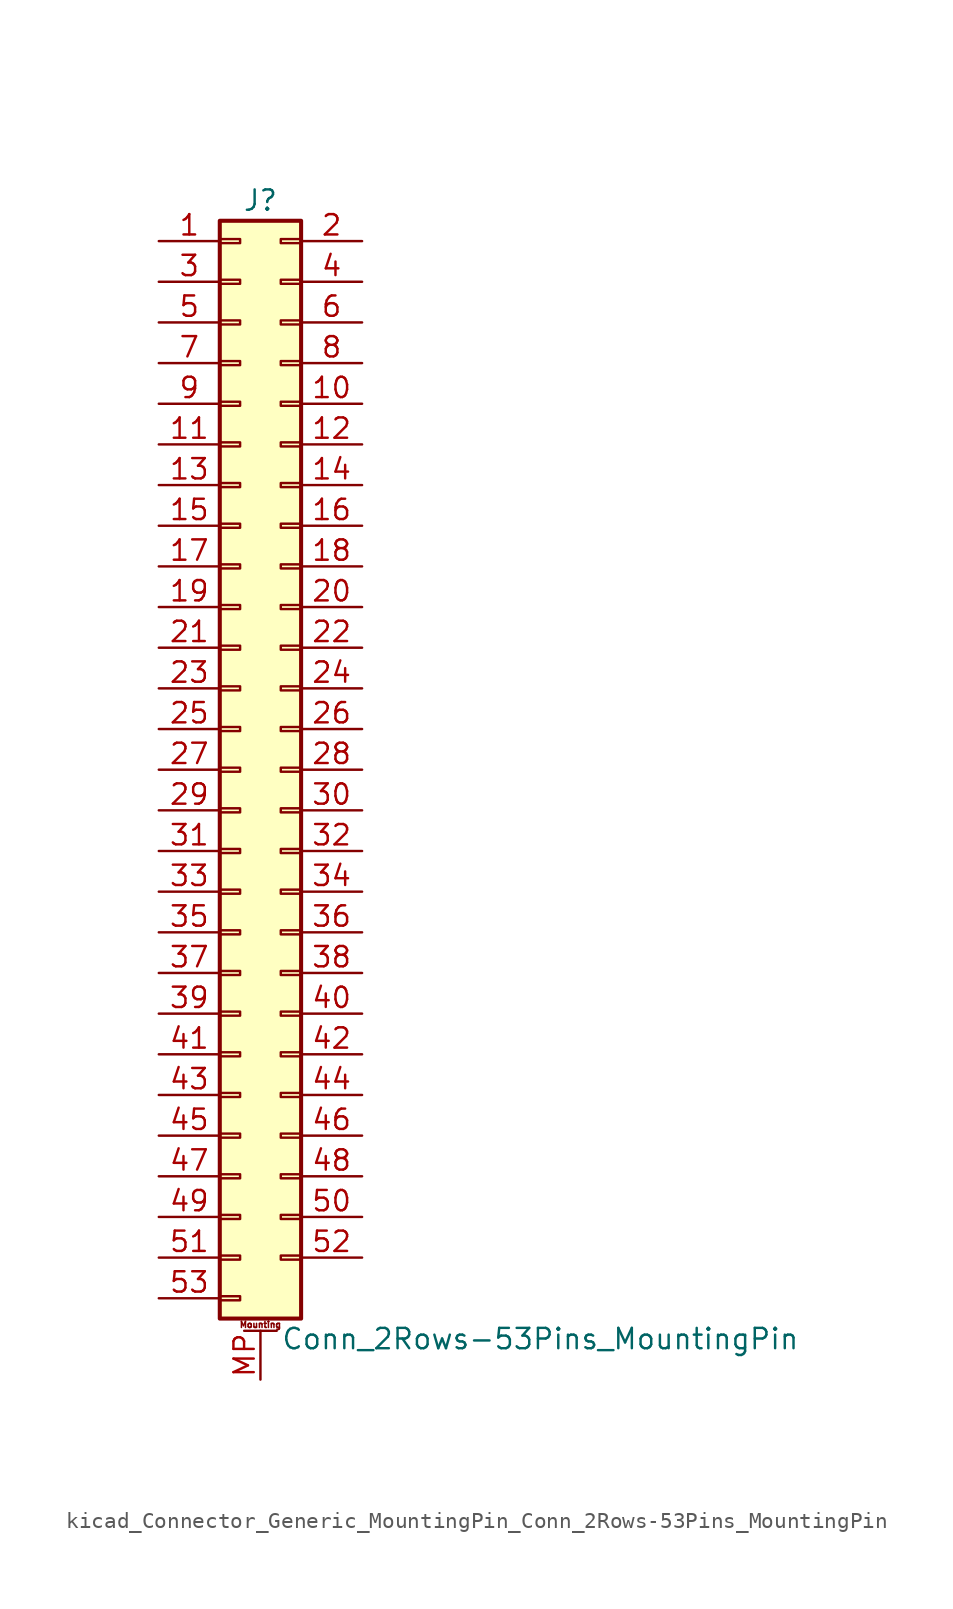
<source format=kicad_sym>
(kicad_symbol_lib
  (version 20220914)
  (generator kicad_symbol_editor)
  (symbol "kicad_Connector_Generic_MountingPin_Conn_2Rows-53Pins_MountingPin"
    (pin_names
      (offset 1.016) hide)
    (property "Reference" "J"
      (at 1.27 35.56 0)
      (effects (font (size 1.27 1.27))))
    (property "Value" "Conn_2Rows-53Pins_MountingPin"
      (at 2.54 -35.56 0)
      (effects (font (size 1.27 1.27)) (justify left)))
    (symbol "kicad_Connector_Generic_MountingPin_Conn_2Rows-53Pins_MountingPin_1_1"
      (rectangle (start -1.27 -32.893) (end 0 -33.147) (stroke (width 0.152) (type default)) (fill (type none)))
      (rectangle (start -1.27 -30.353) (end 0 -30.607) (stroke (width 0.152) (type default)) (fill (type none)))
      (rectangle (start -1.27 -27.813) (end 0 -28.067) (stroke (width 0.152) (type default)) (fill (type none)))
      (rectangle (start -1.27 -25.273) (end 0 -25.527) (stroke (width 0.152) (type default)) (fill (type none)))
      (rectangle (start -1.27 -22.733) (end 0 -22.987) (stroke (width 0.152) (type default)) (fill (type none)))
      (rectangle (start -1.27 -20.193) (end 0 -20.447) (stroke (width 0.152) (type default)) (fill (type none)))
      (rectangle (start -1.27 -17.653) (end 0 -17.907) (stroke (width 0.152) (type default)) (fill (type none)))
      (rectangle (start -1.27 -15.113) (end 0 -15.367) (stroke (width 0.152) (type default)) (fill (type none)))
      (rectangle (start -1.27 -12.573) (end 0 -12.827) (stroke (width 0.152) (type default)) (fill (type none)))
      (rectangle (start -1.27 -10.033) (end 0 -10.287) (stroke (width 0.152) (type default)) (fill (type none)))
      (rectangle (start -1.27 -7.493) (end 0 -7.747) (stroke (width 0.152) (type default)) (fill (type none)))
      (rectangle (start -1.27 -4.953) (end 0 -5.207) (stroke (width 0.152) (type default)) (fill (type none)))
      (rectangle (start -1.27 -2.413) (end 0 -2.667) (stroke (width 0.152) (type default)) (fill (type none)))
      (rectangle (start -1.27 0.127) (end 0 -0.127) (stroke (width 0.152) (type default)) (fill (type none)))
      (rectangle (start -1.27 2.667) (end 0 2.413) (stroke (width 0.152) (type default)) (fill (type none)))
      (rectangle (start -1.27 5.207) (end 0 4.953) (stroke (width 0.152) (type default)) (fill (type none)))
      (rectangle (start -1.27 7.747) (end 0 7.493) (stroke (width 0.152) (type default)) (fill (type none)))
      (rectangle (start -1.27 10.287) (end 0 10.033) (stroke (width 0.152) (type default)) (fill (type none)))
      (rectangle (start -1.27 12.827) (end 0 12.573) (stroke (width 0.152) (type default)) (fill (type none)))
      (rectangle (start -1.27 15.367) (end 0 15.113) (stroke (width 0.152) (type default)) (fill (type none)))
      (rectangle (start -1.27 17.907) (end 0 17.653) (stroke (width 0.152) (type default)) (fill (type none)))
      (rectangle (start -1.27 20.447) (end 0 20.193) (stroke (width 0.152) (type default)) (fill (type none)))
      (rectangle (start -1.27 22.987) (end 0 22.733) (stroke (width 0.152) (type default)) (fill (type none)))
      (rectangle (start -1.27 25.527) (end 0 25.273) (stroke (width 0.152) (type default)) (fill (type none)))
      (rectangle (start -1.27 28.067) (end 0 27.813) (stroke (width 0.152) (type default)) (fill (type none)))
      (rectangle (start -1.27 30.607) (end 0 30.353) (stroke (width 0.152) (type default)) (fill (type none)))
      (rectangle (start -1.27 33.147) (end 0 32.893) (stroke (width 0.152) (type default)) (fill (type none)))
      (rectangle (start -1.27 34.29) (end 3.81 -34.29) (stroke (width 0.254) (type default)) (fill (type background)))
      (polyline (pts (xy 0.254 -35.052) (xy 2.286 -35.052)) (stroke (width 0.152) (type default)) (fill (type none)))
      (rectangle (start 3.81 -30.353) (end 2.54 -30.607) (stroke (width 0.152) (type default)) (fill (type none)))
      (rectangle (start 3.81 -27.813) (end 2.54 -28.067) (stroke (width 0.152) (type default)) (fill (type none)))
      (rectangle (start 3.81 -25.273) (end 2.54 -25.527) (stroke (width 0.152) (type default)) (fill (type none)))
      (rectangle (start 3.81 -22.733) (end 2.54 -22.987) (stroke (width 0.152) (type default)) (fill (type none)))
      (rectangle (start 3.81 -20.193) (end 2.54 -20.447) (stroke (width 0.152) (type default)) (fill (type none)))
      (rectangle (start 3.81 -17.653) (end 2.54 -17.907) (stroke (width 0.152) (type default)) (fill (type none)))
      (rectangle (start 3.81 -15.113) (end 2.54 -15.367) (stroke (width 0.152) (type default)) (fill (type none)))
      (rectangle (start 3.81 -12.573) (end 2.54 -12.827) (stroke (width 0.152) (type default)) (fill (type none)))
      (rectangle (start 3.81 -10.033) (end 2.54 -10.287) (stroke (width 0.152) (type default)) (fill (type none)))
      (rectangle (start 3.81 -7.493) (end 2.54 -7.747) (stroke (width 0.152) (type default)) (fill (type none)))
      (rectangle (start 3.81 -4.953) (end 2.54 -5.207) (stroke (width 0.152) (type default)) (fill (type none)))
      (rectangle (start 3.81 -2.413) (end 2.54 -2.667) (stroke (width 0.152) (type default)) (fill (type none)))
      (rectangle (start 3.81 0.127) (end 2.54 -0.127) (stroke (width 0.152) (type default)) (fill (type none)))
      (rectangle (start 3.81 2.667) (end 2.54 2.413) (stroke (width 0.152) (type default)) (fill (type none)))
      (rectangle (start 3.81 5.207) (end 2.54 4.953) (stroke (width 0.152) (type default)) (fill (type none)))
      (rectangle (start 3.81 7.747) (end 2.54 7.493) (stroke (width 0.152) (type default)) (fill (type none)))
      (rectangle (start 3.81 10.287) (end 2.54 10.033) (stroke (width 0.152) (type default)) (fill (type none)))
      (rectangle (start 3.81 12.827) (end 2.54 12.573) (stroke (width 0.152) (type default)) (fill (type none)))
      (rectangle (start 3.81 15.367) (end 2.54 15.113) (stroke (width 0.152) (type default)) (fill (type none)))
      (rectangle (start 3.81 17.907) (end 2.54 17.653) (stroke (width 0.152) (type default)) (fill (type none)))
      (rectangle (start 3.81 20.447) (end 2.54 20.193) (stroke (width 0.152) (type default)) (fill (type none)))
      (rectangle (start 3.81 22.987) (end 2.54 22.733) (stroke (width 0.152) (type default)) (fill (type none)))
      (rectangle (start 3.81 25.527) (end 2.54 25.273) (stroke (width 0.152) (type default)) (fill (type none)))
      (rectangle (start 3.81 28.067) (end 2.54 27.813) (stroke (width 0.152) (type default)) (fill (type none)))
      (rectangle (start 3.81 30.607) (end 2.54 30.353) (stroke (width 0.152) (type default)) (fill (type none)))
      (rectangle (start 3.81 33.147) (end 2.54 32.893) (stroke (width 0.152) (type default)) (fill (type none)))
      (text "Mounting" (at 1.27 -34.671 0) (effects (font (size 0.381 0.381))))
      (pin passive line (at -5.08 33.02 0) (length 3.81) (name "Pin_1" (effects (font (size 1.27 1.27)))) (number "1" (effects (font (size 1.27 1.27)))))
      (pin passive line (at 7.62 22.86 180) (length 3.81) (name "Pin_10" (effects (font (size 1.27 1.27)))) (number "10" (effects (font (size 1.27 1.27)))))
      (pin passive line (at -5.08 20.32 0) (length 3.81) (name "Pin_11" (effects (font (size 1.27 1.27)))) (number "11" (effects (font (size 1.27 1.27)))))
      (pin passive line (at 7.62 20.32 180) (length 3.81) (name "Pin_12" (effects (font (size 1.27 1.27)))) (number "12" (effects (font (size 1.27 1.27)))))
      (pin passive line (at -5.08 17.78 0) (length 3.81) (name "Pin_13" (effects (font (size 1.27 1.27)))) (number "13" (effects (font (size 1.27 1.27)))))
      (pin passive line (at 7.62 17.78 180) (length 3.81) (name "Pin_14" (effects (font (size 1.27 1.27)))) (number "14" (effects (font (size 1.27 1.27)))))
      (pin passive line (at -5.08 15.24 0) (length 3.81) (name "Pin_15" (effects (font (size 1.27 1.27)))) (number "15" (effects (font (size 1.27 1.27)))))
      (pin passive line (at 7.62 15.24 180) (length 3.81) (name "Pin_16" (effects (font (size 1.27 1.27)))) (number "16" (effects (font (size 1.27 1.27)))))
      (pin passive line (at -5.08 12.7 0) (length 3.81) (name "Pin_17" (effects (font (size 1.27 1.27)))) (number "17" (effects (font (size 1.27 1.27)))))
      (pin passive line (at 7.62 12.7 180) (length 3.81) (name "Pin_18" (effects (font (size 1.27 1.27)))) (number "18" (effects (font (size 1.27 1.27)))))
      (pin passive line (at -5.08 10.16 0) (length 3.81) (name "Pin_19" (effects (font (size 1.27 1.27)))) (number "19" (effects (font (size 1.27 1.27)))))
      (pin passive line (at 7.62 33.02 180) (length 3.81) (name "Pin_2" (effects (font (size 1.27 1.27)))) (number "2" (effects (font (size 1.27 1.27)))))
      (pin passive line (at 7.62 10.16 180) (length 3.81) (name "Pin_20" (effects (font (size 1.27 1.27)))) (number "20" (effects (font (size 1.27 1.27)))))
      (pin passive line (at -5.08 7.62 0) (length 3.81) (name "Pin_21" (effects (font (size 1.27 1.27)))) (number "21" (effects (font (size 1.27 1.27)))))
      (pin passive line (at 7.62 7.62 180) (length 3.81) (name "Pin_22" (effects (font (size 1.27 1.27)))) (number "22" (effects (font (size 1.27 1.27)))))
      (pin passive line (at -5.08 5.08 0) (length 3.81) (name "Pin_23" (effects (font (size 1.27 1.27)))) (number "23" (effects (font (size 1.27 1.27)))))
      (pin passive line (at 7.62 5.08 180) (length 3.81) (name "Pin_24" (effects (font (size 1.27 1.27)))) (number "24" (effects (font (size 1.27 1.27)))))
      (pin passive line (at -5.08 2.54 0) (length 3.81) (name "Pin_25" (effects (font (size 1.27 1.27)))) (number "25" (effects (font (size 1.27 1.27)))))
      (pin passive line (at 7.62 2.54 180) (length 3.81) (name "Pin_26" (effects (font (size 1.27 1.27)))) (number "26" (effects (font (size 1.27 1.27)))))
      (pin passive line (at -5.08 0 0) (length 3.81) (name "Pin_27" (effects (font (size 1.27 1.27)))) (number "27" (effects (font (size 1.27 1.27)))))
      (pin passive line (at 7.62 0 180) (length 3.81) (name "Pin_28" (effects (font (size 1.27 1.27)))) (number "28" (effects (font (size 1.27 1.27)))))
      (pin passive line (at -5.08 -2.54 0) (length 3.81) (name "Pin_29" (effects (font (size 1.27 1.27)))) (number "29" (effects (font (size 1.27 1.27)))))
      (pin passive line (at -5.08 30.48 0) (length 3.81) (name "Pin_3" (effects (font (size 1.27 1.27)))) (number "3" (effects (font (size 1.27 1.27)))))
      (pin passive line (at 7.62 -2.54 180) (length 3.81) (name "Pin_30" (effects (font (size 1.27 1.27)))) (number "30" (effects (font (size 1.27 1.27)))))
      (pin passive line (at -5.08 -5.08 0) (length 3.81) (name "Pin_31" (effects (font (size 1.27 1.27)))) (number "31" (effects (font (size 1.27 1.27)))))
      (pin passive line (at 7.62 -5.08 180) (length 3.81) (name "Pin_32" (effects (font (size 1.27 1.27)))) (number "32" (effects (font (size 1.27 1.27)))))
      (pin passive line (at -5.08 -7.62 0) (length 3.81) (name "Pin_33" (effects (font (size 1.27 1.27)))) (number "33" (effects (font (size 1.27 1.27)))))
      (pin passive line (at 7.62 -7.62 180) (length 3.81) (name "Pin_34" (effects (font (size 1.27 1.27)))) (number "34" (effects (font (size 1.27 1.27)))))
      (pin passive line (at -5.08 -10.16 0) (length 3.81) (name "Pin_35" (effects (font (size 1.27 1.27)))) (number "35" (effects (font (size 1.27 1.27)))))
      (pin passive line (at 7.62 -10.16 180) (length 3.81) (name "Pin_36" (effects (font (size 1.27 1.27)))) (number "36" (effects (font (size 1.27 1.27)))))
      (pin passive line (at -5.08 -12.7 0) (length 3.81) (name "Pin_37" (effects (font (size 1.27 1.27)))) (number "37" (effects (font (size 1.27 1.27)))))
      (pin passive line (at 7.62 -12.7 180) (length 3.81) (name "Pin_38" (effects (font (size 1.27 1.27)))) (number "38" (effects (font (size 1.27 1.27)))))
      (pin passive line (at -5.08 -15.24 0) (length 3.81) (name "Pin_39" (effects (font (size 1.27 1.27)))) (number "39" (effects (font (size 1.27 1.27)))))
      (pin passive line (at 7.62 30.48 180) (length 3.81) (name "Pin_4" (effects (font (size 1.27 1.27)))) (number "4" (effects (font (size 1.27 1.27)))))
      (pin passive line (at 7.62 -15.24 180) (length 3.81) (name "Pin_40" (effects (font (size 1.27 1.27)))) (number "40" (effects (font (size 1.27 1.27)))))
      (pin passive line (at -5.08 -17.78 0) (length 3.81) (name "Pin_41" (effects (font (size 1.27 1.27)))) (number "41" (effects (font (size 1.27 1.27)))))
      (pin passive line (at 7.62 -17.78 180) (length 3.81) (name "Pin_42" (effects (font (size 1.27 1.27)))) (number "42" (effects (font (size 1.27 1.27)))))
      (pin passive line (at -5.08 -20.32 0) (length 3.81) (name "Pin_43" (effects (font (size 1.27 1.27)))) (number "43" (effects (font (size 1.27 1.27)))))
      (pin passive line (at 7.62 -20.32 180) (length 3.81) (name "Pin_44" (effects (font (size 1.27 1.27)))) (number "44" (effects (font (size 1.27 1.27)))))
      (pin passive line (at -5.08 -22.86 0) (length 3.81) (name "Pin_45" (effects (font (size 1.27 1.27)))) (number "45" (effects (font (size 1.27 1.27)))))
      (pin passive line (at 7.62 -22.86 180) (length 3.81) (name "Pin_46" (effects (font (size 1.27 1.27)))) (number "46" (effects (font (size 1.27 1.27)))))
      (pin passive line (at -5.08 -25.4 0) (length 3.81) (name "Pin_47" (effects (font (size 1.27 1.27)))) (number "47" (effects (font (size 1.27 1.27)))))
      (pin passive line (at 7.62 -25.4 180) (length 3.81) (name "Pin_48" (effects (font (size 1.27 1.27)))) (number "48" (effects (font (size 1.27 1.27)))))
      (pin passive line (at -5.08 -27.94 0) (length 3.81) (name "Pin_49" (effects (font (size 1.27 1.27)))) (number "49" (effects (font (size 1.27 1.27)))))
      (pin passive line (at -5.08 27.94 0) (length 3.81) (name "Pin_5" (effects (font (size 1.27 1.27)))) (number "5" (effects (font (size 1.27 1.27)))))
      (pin passive line (at 7.62 -27.94 180) (length 3.81) (name "Pin_50" (effects (font (size 1.27 1.27)))) (number "50" (effects (font (size 1.27 1.27)))))
      (pin passive line (at -5.08 -30.48 0) (length 3.81) (name "Pin_51" (effects (font (size 1.27 1.27)))) (number "51" (effects (font (size 1.27 1.27)))))
      (pin passive line (at 7.62 -30.48 180) (length 3.81) (name "Pin_52" (effects (font (size 1.27 1.27)))) (number "52" (effects (font (size 1.27 1.27)))))
      (pin passive line (at -5.08 -33.02 0) (length 3.81) (name "Pin_53" (effects (font (size 1.27 1.27)))) (number "53" (effects (font (size 1.27 1.27)))))
      (pin passive line (at 7.62 27.94 180) (length 3.81) (name "Pin_6" (effects (font (size 1.27 1.27)))) (number "6" (effects (font (size 1.27 1.27)))))
      (pin passive line (at -5.08 25.4 0) (length 3.81) (name "Pin_7" (effects (font (size 1.27 1.27)))) (number "7" (effects (font (size 1.27 1.27)))))
      (pin passive line (at 7.62 25.4 180) (length 3.81) (name "Pin_8" (effects (font (size 1.27 1.27)))) (number "8" (effects (font (size 1.27 1.27)))))
      (pin passive line (at -5.08 22.86 0) (length 3.81) (name "Pin_9" (effects (font (size 1.27 1.27)))) (number "9" (effects (font (size 1.27 1.27)))))
      (pin passive line (at 1.27 -38.1 90) (length 3.048) (name "MountPin" (effects (font (size 1.27 1.27)))) (number "MP" (effects (font (size 1.27 1.27))))))))
</source>
